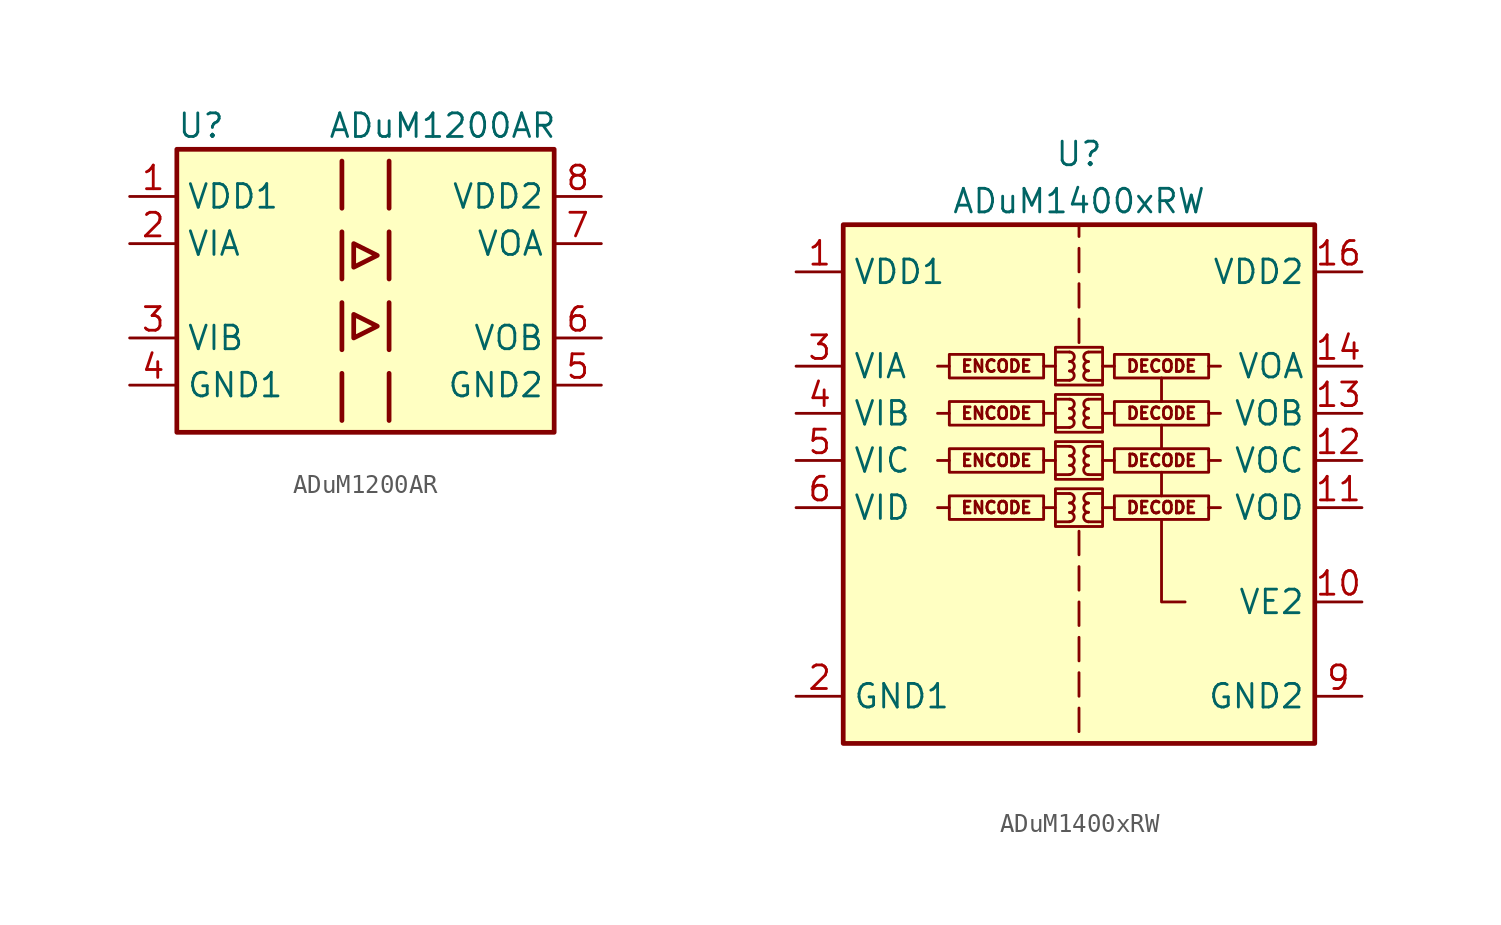
<source format=kicad_sym>
(kicad_symbol_lib
  (version 20201005)
  (generator kicad_symbol_editor)
  (symbol "ADuM1200AR"
    (property "Reference" "U"
      (at -10.16 8.89 0)
      (effects (font (size 1.27 1.27)) (justify left)))
    (property "Value" "ADuM1200AR"
      (at -2.032 8.89 0)
      (effects (font (size 1.27 1.27)) (justify left)))
    (symbol "ADuM1200AR_0_1"
      (rectangle (start -10.16 7.62) (end 10.16 -7.62) (stroke (width 0.254)) (fill (type background)))
      (polyline (pts (xy -1.27 -4.445) (xy -1.27 -6.985)) (stroke (width 0.254)) (fill (type none)))
      (polyline (pts (xy -1.27 -0.635) (xy -1.27 -3.175)) (stroke (width 0.254)) (fill (type none)))
      (polyline (pts (xy -1.27 3.175) (xy -1.27 0.635)) (stroke (width 0.254)) (fill (type none)))
      (polyline (pts (xy -1.27 6.985) (xy -1.27 4.445)) (stroke (width 0.254)) (fill (type none)))
      (polyline (pts (xy 1.27 -4.445) (xy 1.27 -6.985)) (stroke (width 0.254)) (fill (type none)))
      (polyline (pts (xy 1.27 -0.635) (xy 1.27 -3.175)) (stroke (width 0.254)) (fill (type none)))
      (polyline (pts (xy 1.27 3.175) (xy 1.27 0.635)) (stroke (width 0.254)) (fill (type none)))
      (polyline (pts (xy 1.27 6.985) (xy 1.27 4.445)) (stroke (width 0.254)) (fill (type none)))
      (polyline (pts (xy -0.635 -1.27) (xy -0.635 -2.54) (xy 0.635 -1.905) (xy -0.635 -1.27)) (stroke (width 0.254)) (fill (type none)))
      (polyline (pts (xy -0.635 1.27) (xy 0.635 1.905) (xy -0.635 2.54) (xy -0.635 1.27)) (stroke (width 0.254)) (fill (type none))))
    (symbol "ADuM1200AR_1_1"
      (pin power_in line (at -12.7 5.08 0) (length 2.54) (name "VDD1" (effects (font (size 1.27 1.27)))) (number "1" (effects (font (size 1.27 1.27)))))
      (pin input line (at -12.7 2.54 0) (length 2.54) (name "VIA" (effects (font (size 1.27 1.27)))) (number "2" (effects (font (size 1.27 1.27)))))
      (pin input line (at -12.7 -2.54 0) (length 2.54) (name "VIB" (effects (font (size 1.27 1.27)))) (number "3" (effects (font (size 1.27 1.27)))))
      (pin power_in line (at -12.7 -5.08 0) (length 2.54) (name "GND1" (effects (font (size 1.27 1.27)))) (number "4" (effects (font (size 1.27 1.27)))))
      (pin power_in line (at 12.7 -5.08 180) (length 2.54) (name "GND2" (effects (font (size 1.27 1.27)))) (number "5" (effects (font (size 1.27 1.27)))))
      (pin output line (at 12.7 -2.54 180) (length 2.54) (name "VOB" (effects (font (size 1.27 1.27)))) (number "6" (effects (font (size 1.27 1.27)))))
      (pin output line (at 12.7 2.54 180) (length 2.54) (name "VOA" (effects (font (size 1.27 1.27)))) (number "7" (effects (font (size 1.27 1.27)))))
      (pin power_in line (at 12.7 5.08 180) (length 2.54) (name "VDD2" (effects (font (size 1.27 1.27)))) (number "8" (effects (font (size 1.27 1.27)))))))
  (symbol "ADuM1400xRW"
    (property "Reference" "U"
      (at 0 19.05 0)
      (effects (font (size 1.27 1.27))))
    (property "Value" "ADuM1400xRW"
      (at 0 16.51 0)
      (effects (font (size 1.27 1.27))))
    (symbol "ADuM1400xRW_0_0"
      (arc (start -0.508 -0.762) (end -0.508 -0.254) (radius (at -0.508 -0.508) (length 0.254) (angles -89.9 89.9)) (stroke (width 0)) (fill (type none)))
      (arc (start -0.508 -0.254) (end -0.508 0.254) (radius (at -0.508 0) (length 0.254) (angles -89.9 89.9)) (stroke (width 0)) (fill (type none)))
      (arc (start -0.508 0.254) (end -0.508 0.762) (radius (at -0.508 0.508) (length 0.254) (angles -89.9 89.9)) (stroke (width 0)) (fill (type none)))
      (arc (start -0.508 1.778) (end -0.508 2.286) (radius (at -0.508 2.032) (length 0.254) (angles -89.9 89.9)) (stroke (width 0)) (fill (type none)))
      (arc (start -0.508 2.286) (end -0.508 2.794) (radius (at -0.508 2.54) (length 0.254) (angles -89.9 89.9)) (stroke (width 0)) (fill (type none)))
      (arc (start -0.508 2.794) (end -0.508 3.302) (radius (at -0.508 3.048) (length 0.254) (angles -89.9 89.9)) (stroke (width 0)) (fill (type none)))
      (arc (start -0.508 4.318) (end -0.508 4.826) (radius (at -0.508 4.572) (length 0.254) (angles -89.9 89.9)) (stroke (width 0)) (fill (type none)))
      (arc (start -0.508 4.826) (end -0.508 5.334) (radius (at -0.508 5.08) (length 0.254) (angles -89.9 89.9)) (stroke (width 0)) (fill (type none)))
      (arc (start -0.508 5.334) (end -0.508 5.842) (radius (at -0.508 5.588) (length 0.254) (angles -89.9 89.9)) (stroke (width 0)) (fill (type none)))
      (arc (start -0.508 6.858) (end -0.508 7.366) (radius (at -0.508 7.112) (length 0.254) (angles -89.9 89.9)) (stroke (width 0)) (fill (type none)))
      (arc (start -0.508 7.366) (end -0.508 7.874) (radius (at -0.508 7.62) (length 0.254) (angles -89.9 89.9)) (stroke (width 0)) (fill (type none)))
      (arc (start -0.508 7.874) (end -0.508 8.382) (radius (at -0.508 8.128) (length 0.254) (angles -89.9 89.9)) (stroke (width 0)) (fill (type none)))
      (arc (start 0.508 -0.254) (end 0.508 -0.762) (radius (at 0.508 -0.508) (length 0.254) (angles 90.1 -90.1)) (stroke (width 0)) (fill (type none)))
      (arc (start 0.508 0.254) (end 0.508 -0.254) (radius (at 0.508 0) (length 0.254) (angles 90.1 -90.1)) (stroke (width 0)) (fill (type none)))
      (arc (start 0.508 0.762) (end 0.508 0.254) (radius (at 0.508 0.508) (length 0.254) (angles 90.1 -90.1)) (stroke (width 0)) (fill (type none)))
      (arc (start 0.508 2.286) (end 0.508 1.778) (radius (at 0.508 2.032) (length 0.254) (angles 90.1 -90.1)) (stroke (width 0)) (fill (type none)))
      (arc (start 0.508 2.794) (end 0.508 2.286) (radius (at 0.508 2.54) (length 0.254) (angles 90.1 -90.1)) (stroke (width 0)) (fill (type none)))
      (arc (start 0.508 3.302) (end 0.508 2.794) (radius (at 0.508 3.048) (length 0.254) (angles 90.1 -90.1)) (stroke (width 0)) (fill (type none)))
      (arc (start 0.508 4.826) (end 0.508 4.318) (radius (at 0.508 4.572) (length 0.254) (angles 90.1 -90.1)) (stroke (width 0)) (fill (type none)))
      (arc (start 0.508 5.334) (end 0.508 4.826) (radius (at 0.508 5.08) (length 0.254) (angles 90.1 -90.1)) (stroke (width 0)) (fill (type none)))
      (arc (start 0.508 5.842) (end 0.508 5.334) (radius (at 0.508 5.588) (length 0.254) (angles 90.1 -90.1)) (stroke (width 0)) (fill (type none)))
      (arc (start 0.508 7.366) (end 0.508 6.858) (radius (at 0.508 7.112) (length 0.254) (angles 90.1 -90.1)) (stroke (width 0)) (fill (type none)))
      (arc (start 0.508 7.874) (end 0.508 7.366) (radius (at 0.508 7.62) (length 0.254) (angles 90.1 -90.1)) (stroke (width 0)) (fill (type none)))
      (arc (start 0.508 8.382) (end 0.508 7.874) (radius (at 0.508 8.128) (length 0.254) (angles 90.1 -90.1)) (stroke (width 0)) (fill (type none)))
      (text "DECODE" (at 4.445 0 0) (effects (font (size 0.635 0.635))))
      (text "DECODE" (at 4.445 2.54 0) (effects (font (size 0.635 0.635))))
      (text "DECODE" (at 4.445 5.08 0) (effects (font (size 0.635 0.635))))
      (text "DECODE" (at 4.445 7.62 0) (effects (font (size 0.635 0.635))))
      (text "ENCODE" (at -4.445 0 0) (effects (font (size 0.635 0.635))))
      (text "ENCODE" (at -4.445 2.54 0) (effects (font (size 0.635 0.635))))
      (text "ENCODE" (at -4.445 5.08 0) (effects (font (size 0.635 0.635))))
      (text "ENCODE" (at -4.445 7.62 0) (effects (font (size 0.635 0.635))))
      (rectangle (start -1.905 0.635) (end -6.985 -0.635) (stroke (width 0)) (fill (type none)))
      (rectangle (start -1.27 1.016) (end 1.27 -1.016) (stroke (width 0)) (fill (type none)))
      (rectangle (start -1.27 3.556) (end 1.27 1.524) (stroke (width 0)) (fill (type none)))
      (rectangle (start -1.27 6.096) (end 1.27 4.064) (stroke (width 0)) (fill (type none)))
      (rectangle (start -1.27 8.636) (end 1.27 6.604) (stroke (width 0)) (fill (type none)))
      (rectangle (start 1.905 0.635) (end 6.985 -0.635) (stroke (width 0)) (fill (type none)))
      (rectangle (start 1.905 3.175) (end 6.985 1.905) (stroke (width 0)) (fill (type none)))
      (rectangle (start 1.905 5.715) (end 6.985 4.445) (stroke (width 0)) (fill (type none)))
      (rectangle (start 1.905 8.255) (end 6.985 6.985) (stroke (width 0)) (fill (type none)))
      (polyline (pts (xy -6.985 0) (xy -7.62 0)) (stroke (width 0)) (fill (type none)))
      (polyline (pts (xy -6.985 2.54) (xy -7.62 2.54)) (stroke (width 0)) (fill (type none)))
      (polyline (pts (xy -6.985 5.08) (xy -7.62 5.08)) (stroke (width 0)) (fill (type none)))
      (polyline (pts (xy -6.985 7.62) (xy -7.62 7.62)) (stroke (width 0)) (fill (type none)))
      (polyline (pts (xy -1.905 0) (xy -1.27 0)) (stroke (width 0)) (fill (type none)))
      (polyline (pts (xy -1.905 2.54) (xy -1.27 2.54)) (stroke (width 0)) (fill (type none)))
      (polyline (pts (xy -1.905 5.08) (xy -1.27 5.08)) (stroke (width 0)) (fill (type none)))
      (polyline (pts (xy -1.905 7.62) (xy -1.27 7.62)) (stroke (width 0)) (fill (type none)))
      (polyline (pts (xy -1.27 -0.762) (xy -0.508 -0.762)) (stroke (width 0)) (fill (type none)))
      (polyline (pts (xy -1.27 0.762) (xy -0.508 0.762)) (stroke (width 0)) (fill (type none)))
      (polyline (pts (xy -1.27 1.778) (xy -0.508 1.778)) (stroke (width 0)) (fill (type none)))
      (polyline (pts (xy -1.27 3.302) (xy -0.508 3.302)) (stroke (width 0)) (fill (type none)))
      (polyline (pts (xy -1.27 4.318) (xy -0.508 4.318)) (stroke (width 0)) (fill (type none)))
      (polyline (pts (xy -1.27 5.842) (xy -0.508 5.842)) (stroke (width 0)) (fill (type none)))
      (polyline (pts (xy -1.27 6.858) (xy -0.508 6.858)) (stroke (width 0)) (fill (type none)))
      (polyline (pts (xy -1.27 8.382) (xy -0.508 8.382)) (stroke (width 0)) (fill (type none)))
      (polyline (pts (xy 0 -10.795) (xy 0 -12.065)) (stroke (width 0)) (fill (type none)))
      (polyline (pts (xy 0 -8.89) (xy 0 -10.16)) (stroke (width 0)) (fill (type none)))
      (polyline (pts (xy 0 -6.985) (xy 0 -8.255)) (stroke (width 0)) (fill (type none)))
      (polyline (pts (xy 0 -5.08) (xy 0 -6.35)) (stroke (width 0)) (fill (type none)))
      (polyline (pts (xy 0 -3.175) (xy 0 -4.445)) (stroke (width 0)) (fill (type none)))
      (polyline (pts (xy 0 -1.27) (xy 0 -2.54)) (stroke (width 0)) (fill (type none)))
      (polyline (pts (xy 0 8.89) (xy 0 10.16)) (stroke (width 0)) (fill (type none)))
      (polyline (pts (xy 0 10.795) (xy 0 12.065)) (stroke (width 0)) (fill (type none)))
      (polyline (pts (xy 0 12.7) (xy 0 13.97)) (stroke (width 0)) (fill (type none)))
      (polyline (pts (xy 0 15.24) (xy 0 14.605)) (stroke (width 0)) (fill (type none)))
      (polyline (pts (xy 1.27 -0.762) (xy 0.508 -0.762)) (stroke (width 0)) (fill (type none)))
      (polyline (pts (xy 1.27 0.762) (xy 0.508 0.762)) (stroke (width 0)) (fill (type none)))
      (polyline (pts (xy 1.27 1.778) (xy 0.508 1.778)) (stroke (width 0)) (fill (type none)))
      (polyline (pts (xy 1.27 3.302) (xy 0.508 3.302)) (stroke (width 0)) (fill (type none)))
      (polyline (pts (xy 1.27 4.318) (xy 0.508 4.318)) (stroke (width 0)) (fill (type none)))
      (polyline (pts (xy 1.27 5.842) (xy 0.508 5.842)) (stroke (width 0)) (fill (type none)))
      (polyline (pts (xy 1.27 6.858) (xy 0.508 6.858)) (stroke (width 0)) (fill (type none)))
      (polyline (pts (xy 1.27 8.382) (xy 0.508 8.382)) (stroke (width 0)) (fill (type none)))
      (polyline (pts (xy 1.905 0) (xy 1.27 0)) (stroke (width 0)) (fill (type none)))
      (polyline (pts (xy 1.905 2.54) (xy 1.27 2.54)) (stroke (width 0)) (fill (type none)))
      (polyline (pts (xy 1.905 5.08) (xy 1.27 5.08)) (stroke (width 0)) (fill (type none)))
      (polyline (pts (xy 1.905 7.62) (xy 1.27 7.62)) (stroke (width 0)) (fill (type none)))
      (polyline (pts (xy 4.445 0.635) (xy 4.445 1.905)) (stroke (width 0)) (fill (type none)))
      (polyline (pts (xy 4.445 3.175) (xy 4.445 4.445)) (stroke (width 0)) (fill (type none)))
      (polyline (pts (xy 4.445 5.715) (xy 4.445 6.985)) (stroke (width 0)) (fill (type none)))
      (polyline (pts (xy 6.985 0) (xy 7.62 0)) (stroke (width 0)) (fill (type none)))
      (polyline (pts (xy 6.985 2.54) (xy 7.62 2.54)) (stroke (width 0)) (fill (type none)))
      (polyline (pts (xy 6.985 5.08) (xy 7.62 5.08)) (stroke (width 0)) (fill (type none)))
      (polyline (pts (xy 6.985 7.62) (xy 7.62 7.62)) (stroke (width 0)) (fill (type none)))
      (polyline (pts (xy 5.715 -5.08) (xy 4.445 -5.08) (xy 4.445 -0.635)) (stroke (width 0)) (fill (type none))))
    (symbol "ADuM1400xRW_0_1"
      (rectangle (start -1.905 3.175) (end -6.985 1.905) (stroke (width 0)) (fill (type none)))
      (rectangle (start -1.905 5.715) (end -6.985 4.445) (stroke (width 0)) (fill (type none)))
      (rectangle (start -1.905 8.255) (end -6.985 6.985) (stroke (width 0)) (fill (type none)))
      (rectangle (start -12.7 15.24) (end 12.7 -12.7) (stroke (width 0.254)) (fill (type background))))
    (symbol "ADuM1400xRW_1_1"
      (pin power_in line (at -15.24 12.7 0) (length 2.54) (name "VDD1" (effects (font (size 1.27 1.27)))) (number "1" (effects (font (size 1.27 1.27)))))
      (pin input line (at 15.24 -5.08 180) (length 2.54) (name "VE2" (effects (font (size 1.27 1.27)))) (number "10" (effects (font (size 1.27 1.27)))))
      (pin output line (at 15.24 0 180) (length 2.54) (name "VOD" (effects (font (size 1.27 1.27)))) (number "11" (effects (font (size 1.27 1.27)))))
      (pin output line (at 15.24 2.54 180) (length 2.54) (name "VOC" (effects (font (size 1.27 1.27)))) (number "12" (effects (font (size 1.27 1.27)))))
      (pin output line (at 15.24 5.08 180) (length 2.54) (name "VOB" (effects (font (size 1.27 1.27)))) (number "13" (effects (font (size 1.27 1.27)))))
      (pin output line (at 15.24 7.62 180) (length 2.54) (name "VOA" (effects (font (size 1.27 1.27)))) (number "14" (effects (font (size 1.27 1.27)))))
      (pin passive line (at 15.24 -10.16 180) (length 2.54) hide (name "GND2" (effects (font (size 1.27 1.27)))) (number "15" (effects (font (size 1.27 1.27)))))
      (pin power_in line (at 15.24 12.7 180) (length 2.54) (name "VDD2" (effects (font (size 1.27 1.27)))) (number "16" (effects (font (size 1.27 1.27)))))
      (pin power_in line (at -15.24 -10.16 0) (length 2.54) (name "GND1" (effects (font (size 1.27 1.27)))) (number "2" (effects (font (size 1.27 1.27)))))
      (pin input line (at -15.24 7.62 0) (length 2.54) (name "VIA" (effects (font (size 1.27 1.27)))) (number "3" (effects (font (size 1.27 1.27)))))
      (pin input line (at -15.24 5.08 0) (length 2.54) (name "VIB" (effects (font (size 1.27 1.27)))) (number "4" (effects (font (size 1.27 1.27)))))
      (pin input line (at -15.24 2.54 0) (length 2.54) (name "VIC" (effects (font (size 1.27 1.27)))) (number "5" (effects (font (size 1.27 1.27)))))
      (pin input line (at -15.24 0 0) (length 2.54) (name "VID" (effects (font (size 1.27 1.27)))) (number "6" (effects (font (size 1.27 1.27)))))
      (pin no_connect line (at -12.7 -5.08 0) (length 2.54) hide (name "NC" (effects (font (size 1.27 1.27)))) (number "7" (effects (font (size 1.27 1.27)))))
      (pin passive line (at -15.24 -10.16 0) (length 2.54) hide (name "GND1" (effects (font (size 1.27 1.27)))) (number "8" (effects (font (size 1.27 1.27)))))
      (pin power_in line (at 15.24 -10.16 180) (length 2.54) (name "GND2" (effects (font (size 1.27 1.27)))) (number "9" (effects (font (size 1.27 1.27))))))))
</source>
